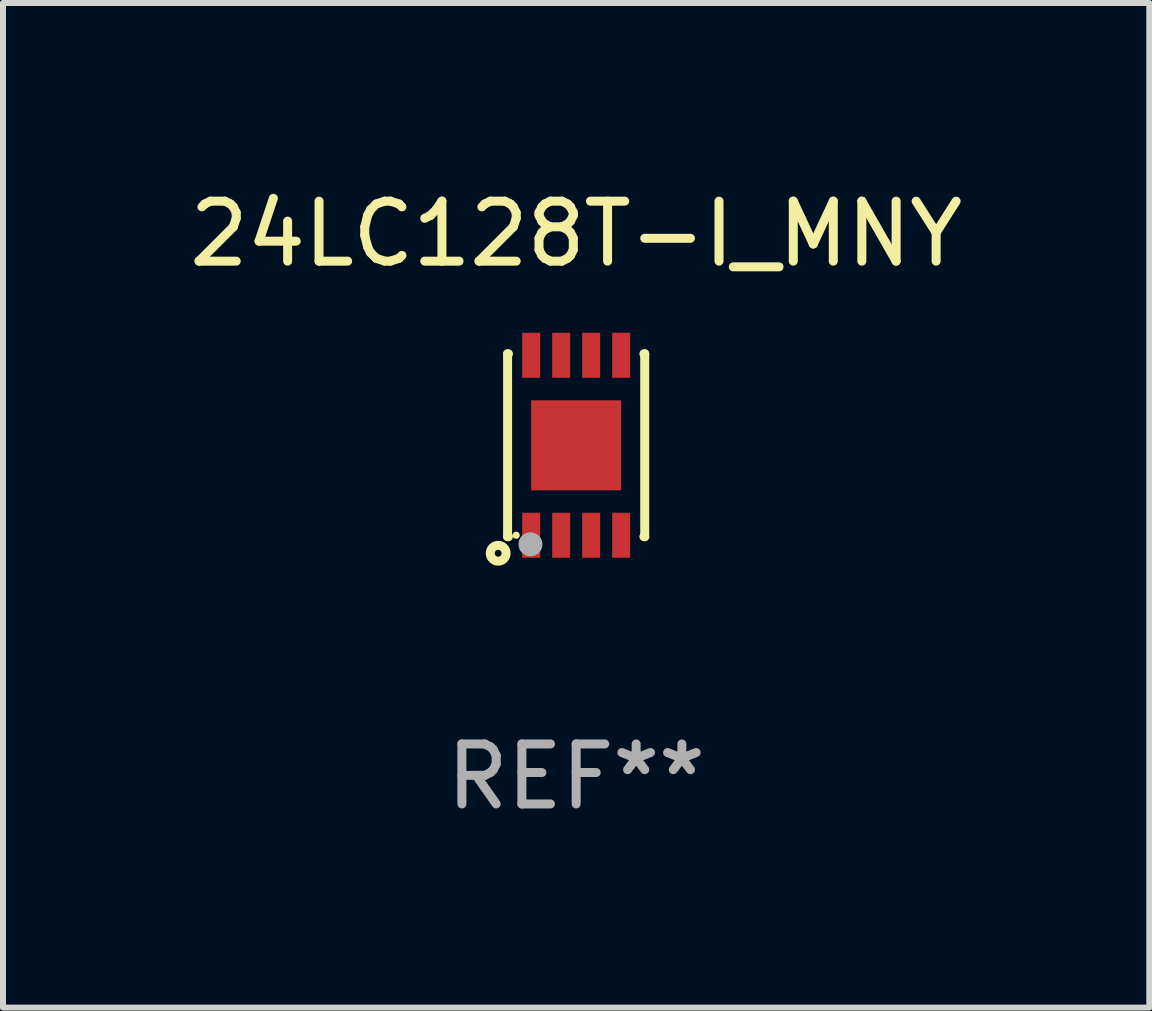
<source format=kicad_pcb>
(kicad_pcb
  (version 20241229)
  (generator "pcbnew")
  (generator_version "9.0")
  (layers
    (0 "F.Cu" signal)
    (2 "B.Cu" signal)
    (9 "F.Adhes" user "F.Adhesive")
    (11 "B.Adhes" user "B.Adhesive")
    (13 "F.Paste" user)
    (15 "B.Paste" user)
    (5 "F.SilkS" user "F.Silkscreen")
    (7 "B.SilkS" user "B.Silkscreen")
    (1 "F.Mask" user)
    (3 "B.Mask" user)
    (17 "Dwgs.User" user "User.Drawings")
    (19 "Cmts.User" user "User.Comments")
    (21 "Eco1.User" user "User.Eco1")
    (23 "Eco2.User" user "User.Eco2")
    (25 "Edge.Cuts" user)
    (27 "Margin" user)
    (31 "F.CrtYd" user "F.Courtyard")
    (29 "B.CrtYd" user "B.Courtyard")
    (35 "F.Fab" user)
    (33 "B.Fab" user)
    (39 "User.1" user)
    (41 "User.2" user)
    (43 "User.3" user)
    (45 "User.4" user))
  (footprint "24LC128T-I_MNY"
    (layer "F.Cu")
    (at 6.554 4.372)
    (property "Reference" "24LC128T-I_MNY" (at 0 -3.524 0) (layer "F.SilkS") (effects (font (size 1 1) (thickness 0.15))))
    (attr through_hole)
    (fp_line (start -1.143 -1.524) (end -1.143 1.524) (stroke (width 0.15) (type solid)) (layer "F.SilkS"))
    (fp_line (start -1.143 1.524) (end -1.129 1.524) (stroke (width 0.15) (type solid)) (layer "F.SilkS"))
    (fp_line (start -1.129 -1.524) (end -1.143 -1.524) (stroke (width 0.15) (type solid)) (layer "F.SilkS"))
    (fp_line (start 1.129 1.524) (end 1.143 1.524) (stroke (width 0.15) (type solid)) (layer "F.SilkS"))
    (fp_line (start 1.143 -1.524) (end 1.129 -1.524) (stroke (width 0.15) (type solid)) (layer "F.SilkS"))
    (fp_line (start 1.143 1.524) (end 1.143 -1.524) (stroke (width 0.15) (type solid)) (layer "F.SilkS"))
    (fp_circle (center -1.3 1.8) (end -1.243 1.8) (stroke (width 0.15) (type solid)) (fill no) (layer "F.SilkS"))
    (fp_circle (center -1 1.5) (end -0.97 1.5) (stroke (width 0.06) (type solid)) (fill no) (layer "F.SilkS"))
    (fp_circle (center -0.762 1.651) (end -0.662 1.651) (stroke (width 0.2) (type solid)) (fill no) (layer "F.Fab"))
    (fp_text user "REF**" (at 0 5.524 0) (layer "F.Fab") (effects (font (size 1 1) (thickness 0.15))))
    (pad "1" smd rect (at -0.75 1.5 90) (size 0.75 0.3) (layers "F.Cu" "F.Mask" "F.Paste"))
    (pad "2" smd rect (at -0.25 1.5 90) (size 0.75 0.3) (layers "F.Cu" "F.Mask" "F.Paste"))
    (pad "3" smd rect (at 0.25 1.5 90) (size 0.75 0.3) (layers "F.Cu" "F.Mask" "F.Paste"))
    (pad "4" smd rect (at 0.75 1.5 90) (size 0.75 0.3) (layers "F.Cu" "F.Mask" "F.Paste"))
    (pad "5" smd rect (at 0.75 -1.5 90) (size 0.75 0.3) (layers "F.Cu" "F.Mask" "F.Paste"))
    (pad "6" smd rect (at 0.25 -1.5 90) (size 0.75 0.3) (layers "F.Cu" "F.Mask" "F.Paste"))
    (pad "7" smd rect (at -0.25 -1.5 90) (size 0.75 0.3) (layers "F.Cu" "F.Mask" "F.Paste"))
    (pad "8" smd rect (at -0.75 -1.5 90) (size 0.75 0.3) (layers "F.Cu" "F.Mask" "F.Paste"))
    (pad "9" smd rect (at -0.000203 0.000457 90) (size 1.5 1.5) (layers "F.Cu" "F.Mask" "F.Paste")))
  (gr_rect
    (start -3 -3)
    (end 16.107 13.745)
    (stroke (width 0.1) (type default))
    (fill no)
    (layer "Edge.Cuts")))
</source>
